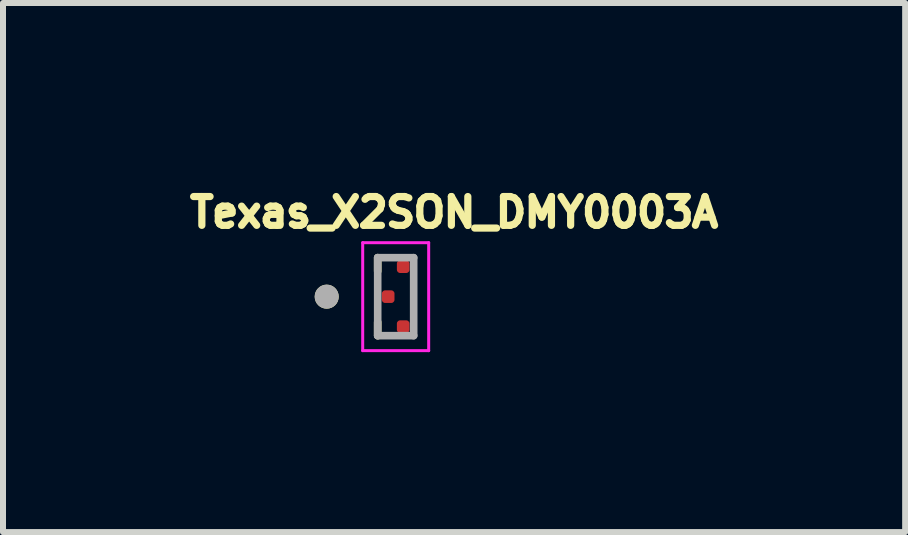
<source format=kicad_pcb>
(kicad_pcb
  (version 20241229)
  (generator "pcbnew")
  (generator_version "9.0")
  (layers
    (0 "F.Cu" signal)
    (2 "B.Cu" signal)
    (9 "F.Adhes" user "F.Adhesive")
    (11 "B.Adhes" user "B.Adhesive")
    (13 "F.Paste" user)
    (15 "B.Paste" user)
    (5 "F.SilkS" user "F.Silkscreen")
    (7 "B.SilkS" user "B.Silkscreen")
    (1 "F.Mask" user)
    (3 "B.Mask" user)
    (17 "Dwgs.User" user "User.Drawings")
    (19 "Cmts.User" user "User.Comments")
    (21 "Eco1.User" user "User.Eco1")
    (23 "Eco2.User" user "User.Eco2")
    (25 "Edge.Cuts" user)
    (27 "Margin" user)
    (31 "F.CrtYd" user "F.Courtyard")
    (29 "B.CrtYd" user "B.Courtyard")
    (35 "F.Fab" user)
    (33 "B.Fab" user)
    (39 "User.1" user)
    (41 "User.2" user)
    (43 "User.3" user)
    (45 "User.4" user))
  (footprint "Texas_X2SON_DMY0003A"
    (layer "F.Cu")
    (at 3.547 1.896)
    (property "Reference" "Texas_X2SON_DMY0003A" (at 0.974 -1.405 0) (layer "F.SilkS") (effects (font (size 0.48 0.48) (thickness 0.15))))
    (attr smd)
    (fp_poly (pts (xy -0.1 0.05) (xy -0.15 0.05) (xy -0.151 0.05) (xy -0.153 0.05) (xy -0.154 0.05) (xy -0.155 0.049) (xy -0.156 0.049) (xy -0.158 0.049) (xy -0.159 0.048) (xy -0.16 0.048) (xy -0.161 0.047) (xy -0.162 0.047) (xy -0.164 0.046) (xy -0.165 0.045) (xy -0.166 0.044) (xy -0.167 0.044) (xy -0.168 0.043) (xy -0.169 0.042) (xy -0.169 0.041) (xy -0.17 0.04) (xy -0.171 0.039) (xy -0.172 0.038) (xy -0.172 0.036) (xy -0.173 0.035) (xy -0.173 0.034) (xy -0.174 0.033) (xy -0.174 0.031) (xy -0.174 0.03) (xy -0.175 0.029) (xy -0.175 0.028) (xy -0.175 0.026) (xy -0.175 0.025) (xy -0.175 -0.025) (xy -0.175 -0.026) (xy -0.175 -0.028) (xy -0.175 -0.029) (xy -0.174 -0.03) (xy -0.174 -0.031) (xy -0.174 -0.033) (xy -0.173 -0.034) (xy -0.173 -0.035) (xy -0.172 -0.036) (xy -0.172 -0.038) (xy -0.171 -0.039) (xy -0.17 -0.04) (xy -0.169 -0.041) (xy -0.169 -0.042) (xy -0.168 -0.043) (xy -0.167 -0.044) (xy -0.166 -0.044) (xy -0.165 -0.045) (xy -0.164 -0.046) (xy -0.162 -0.047) (xy -0.161 -0.047) (xy -0.16 -0.048) (xy -0.159 -0.048) (xy -0.158 -0.049) (xy -0.156 -0.049) (xy -0.155 -0.049) (xy -0.154 -0.05) (xy -0.153 -0.05) (xy -0.151 -0.05) (xy -0.15 -0.05) (xy -0.1 -0.05) (xy -0.099 -0.05) (xy -0.097 -0.05) (xy -0.096 -0.05) (xy -0.095 -0.049) (xy -0.094 -0.049) (xy -0.092 -0.049) (xy -0.091 -0.048) (xy -0.09 -0.048) (xy -0.089 -0.047) (xy -0.087 -0.047) (xy -0.086 -0.046) (xy -0.085 -0.045) (xy -0.084 -0.044) (xy -0.083 -0.044) (xy -0.082 -0.043) (xy -0.081 -0.042) (xy -0.081 -0.041) (xy -0.08 -0.04) (xy -0.079 -0.039) (xy -0.078 -0.037) (xy -0.078 -0.036) (xy -0.077 -0.035) (xy -0.077 -0.034) (xy -0.076 -0.033) (xy -0.076 -0.031) (xy -0.076 -0.03) (xy -0.075 -0.029) (xy -0.075 -0.028) (xy -0.075 -0.026) (xy -0.075 -0.025) (xy -0.075 0.025) (xy -0.075 0.026) (xy -0.075 0.028) (xy -0.075 0.029) (xy -0.076 0.03) (xy -0.076 0.031) (xy -0.076 0.033) (xy -0.077 0.034) (xy -0.077 0.035) (xy -0.078 0.036) (xy -0.078 0.037) (xy -0.079 0.039) (xy -0.08 0.04) (xy -0.081 0.041) (xy -0.081 0.042) (xy -0.082 0.043) (xy -0.083 0.044) (xy -0.084 0.044) (xy -0.085 0.045) (xy -0.086 0.046) (xy -0.087 0.047) (xy -0.089 0.047) (xy -0.09 0.048) (xy -0.091 0.048) (xy -0.092 0.049) (xy -0.094 0.049) (xy -0.095 0.049) (xy -0.096 0.05) (xy -0.097 0.05) (xy -0.099 0.05) (xy -0.1 0.05)) (stroke (width 0.01) (type solid)) (fill yes) (layer "F.Mask"))
    (fp_poly (pts (xy 0.15 -0.45) (xy 0.1 -0.45) (xy 0.099 -0.45) (xy 0.097 -0.45) (xy 0.096 -0.45) (xy 0.095 -0.451) (xy 0.094 -0.451) (xy 0.092 -0.451) (xy 0.091 -0.452) (xy 0.09 -0.452) (xy 0.089 -0.453) (xy 0.087 -0.453) (xy 0.086 -0.454) (xy 0.085 -0.455) (xy 0.084 -0.456) (xy 0.083 -0.456) (xy 0.082 -0.457) (xy 0.081 -0.458) (xy 0.081 -0.459) (xy 0.08 -0.46) (xy 0.079 -0.461) (xy 0.078 -0.463) (xy 0.078 -0.464) (xy 0.077 -0.465) (xy 0.077 -0.466) (xy 0.076 -0.467) (xy 0.076 -0.469) (xy 0.076 -0.47) (xy 0.075 -0.471) (xy 0.075 -0.472) (xy 0.075 -0.474) (xy 0.075 -0.475) (xy 0.075 -0.525) (xy 0.075 -0.526) (xy 0.075 -0.528) (xy 0.075 -0.529) (xy 0.076 -0.53) (xy 0.076 -0.531) (xy 0.076 -0.533) (xy 0.077 -0.534) (xy 0.077 -0.535) (xy 0.078 -0.536) (xy 0.078 -0.538) (xy 0.079 -0.539) (xy 0.08 -0.54) (xy 0.081 -0.541) (xy 0.081 -0.542) (xy 0.082 -0.543) (xy 0.083 -0.544) (xy 0.084 -0.544) (xy 0.085 -0.545) (xy 0.086 -0.546) (xy 0.088 -0.547) (xy 0.089 -0.547) (xy 0.09 -0.548) (xy 0.091 -0.548) (xy 0.092 -0.549) (xy 0.094 -0.549) (xy 0.095 -0.549) (xy 0.096 -0.55) (xy 0.097 -0.55) (xy 0.099 -0.55) (xy 0.1 -0.55) (xy 0.15 -0.55) (xy 0.151 -0.55) (xy 0.153 -0.55) (xy 0.154 -0.55) (xy 0.155 -0.549) (xy 0.156 -0.549) (xy 0.158 -0.549) (xy 0.159 -0.548) (xy 0.16 -0.548) (xy 0.161 -0.547) (xy 0.162 -0.547) (xy 0.164 -0.546) (xy 0.165 -0.545) (xy 0.166 -0.544) (xy 0.167 -0.544) (xy 0.168 -0.543) (xy 0.169 -0.542) (xy 0.169 -0.541) (xy 0.17 -0.54) (xy 0.171 -0.539) (xy 0.172 -0.538) (xy 0.172 -0.536) (xy 0.173 -0.535) (xy 0.173 -0.534) (xy 0.174 -0.533) (xy 0.174 -0.531) (xy 0.174 -0.53) (xy 0.175 -0.529) (xy 0.175 -0.528) (xy 0.175 -0.526) (xy 0.175 -0.525) (xy 0.175 -0.475) (xy 0.175 -0.474) (xy 0.175 -0.472) (xy 0.175 -0.471) (xy 0.174 -0.47) (xy 0.174 -0.469) (xy 0.174 -0.467) (xy 0.173 -0.466) (xy 0.173 -0.465) (xy 0.172 -0.464) (xy 0.172 -0.463) (xy 0.171 -0.461) (xy 0.17 -0.46) (xy 0.169 -0.459) (xy 0.169 -0.458) (xy 0.168 -0.457) (xy 0.167 -0.456) (xy 0.166 -0.456) (xy 0.165 -0.455) (xy 0.164 -0.454) (xy 0.162 -0.453) (xy 0.161 -0.453) (xy 0.16 -0.452) (xy 0.159 -0.452) (xy 0.158 -0.451) (xy 0.156 -0.451) (xy 0.155 -0.451) (xy 0.154 -0.45) (xy 0.153 -0.45) (xy 0.151 -0.45) (xy 0.15 -0.45)) (stroke (width 0.01) (type solid)) (fill yes) (layer "F.Mask"))
    (fp_poly (pts (xy 0.15 0.55) (xy 0.1 0.55) (xy 0.099 0.55) (xy 0.097 0.55) (xy 0.096 0.55) (xy 0.095 0.549) (xy 0.094 0.549) (xy 0.092 0.549) (xy 0.091 0.548) (xy 0.09 0.548) (xy 0.089 0.547) (xy 0.087 0.547) (xy 0.086 0.546) (xy 0.085 0.545) (xy 0.084 0.544) (xy 0.083 0.544) (xy 0.082 0.543) (xy 0.081 0.542) (xy 0.081 0.541) (xy 0.08 0.54) (xy 0.079 0.539) (xy 0.078 0.538) (xy 0.078 0.536) (xy 0.077 0.535) (xy 0.077 0.534) (xy 0.076 0.533) (xy 0.076 0.531) (xy 0.076 0.53) (xy 0.075 0.529) (xy 0.075 0.528) (xy 0.075 0.526) (xy 0.075 0.525) (xy 0.075 0.475) (xy 0.075 0.474) (xy 0.075 0.472) (xy 0.075 0.471) (xy 0.076 0.47) (xy 0.076 0.469) (xy 0.076 0.467) (xy 0.077 0.466) (xy 0.077 0.465) (xy 0.078 0.464) (xy 0.078 0.463) (xy 0.079 0.461) (xy 0.08 0.46) (xy 0.081 0.459) (xy 0.081 0.458) (xy 0.082 0.457) (xy 0.083 0.456) (xy 0.084 0.456) (xy 0.085 0.455) (xy 0.086 0.454) (xy 0.087 0.453) (xy 0.089 0.453) (xy 0.09 0.452) (xy 0.091 0.452) (xy 0.092 0.451) (xy 0.094 0.451) (xy 0.095 0.451) (xy 0.096 0.45) (xy 0.097 0.45) (xy 0.099 0.45) (xy 0.1 0.45) (xy 0.15 0.45) (xy 0.151 0.45) (xy 0.153 0.45) (xy 0.154 0.45) (xy 0.155 0.451) (xy 0.156 0.451) (xy 0.158 0.451) (xy 0.159 0.452) (xy 0.16 0.452) (xy 0.161 0.453) (xy 0.162 0.453) (xy 0.164 0.454) (xy 0.165 0.455) (xy 0.166 0.456) (xy 0.167 0.456) (xy 0.168 0.457) (xy 0.169 0.458) (xy 0.169 0.459) (xy 0.17 0.46) (xy 0.171 0.461) (xy 0.172 0.463) (xy 0.172 0.464) (xy 0.173 0.465) (xy 0.173 0.466) (xy 0.174 0.467) (xy 0.174 0.469) (xy 0.174 0.47) (xy 0.175 0.471) (xy 0.175 0.472) (xy 0.175 0.474) (xy 0.175 0.475) (xy 0.175 0.525) (xy 0.175 0.526) (xy 0.175 0.528) (xy 0.175 0.529) (xy 0.174 0.53) (xy 0.174 0.531) (xy 0.174 0.533) (xy 0.173 0.534) (xy 0.173 0.535) (xy 0.172 0.536) (xy 0.172 0.538) (xy 0.171 0.539) (xy 0.17 0.54) (xy 0.169 0.541) (xy 0.169 0.542) (xy 0.168 0.543) (xy 0.167 0.544) (xy 0.166 0.544) (xy 0.165 0.545) (xy 0.164 0.546) (xy 0.162 0.547) (xy 0.161 0.547) (xy 0.16 0.548) (xy 0.159 0.548) (xy 0.158 0.549) (xy 0.156 0.549) (xy 0.155 0.549) (xy 0.154 0.55) (xy 0.153 0.55) (xy 0.151 0.55) (xy 0.15 0.55)) (stroke (width 0.01) (type solid)) (fill yes) (layer "F.Mask"))
    (fp_line (start -0.3 -0.425) (end -0.3 -0.65) (stroke (width 0.127) (type solid)) (layer "F.SilkS"))
    (fp_line (start -0.3 0.65) (end -0.3 0.425) (stroke (width 0.127) (type solid)) (layer "F.SilkS"))
    (fp_circle (center -1.15 0) (end -1.05 0) (stroke (width 0.2) (type solid)) (fill no) (layer "F.SilkS"))
    (fp_poly (pts (xy -0.07 0.105) (xy -0.18 0.105) (xy -0.183 0.105) (xy -0.185 0.105) (xy -0.188 0.104) (xy -0.19 0.104) (xy -0.193 0.103) (xy -0.195 0.103) (xy -0.198 0.102) (xy -0.2 0.101) (xy -0.203 0.1) (xy -0.205 0.098) (xy -0.207 0.097) (xy -0.209 0.095) (xy -0.211 0.094) (xy -0.213 0.092) (xy -0.215 0.09) (xy -0.217 0.088) (xy -0.219 0.086) (xy -0.22 0.084) (xy -0.222 0.082) (xy -0.223 0.08) (xy -0.225 0.078) (xy -0.226 0.075) (xy -0.227 0.073) (xy -0.228 0.07) (xy -0.228 0.068) (xy -0.229 0.065) (xy -0.229 0.063) (xy -0.23 0.06) (xy -0.23 0.058) (xy -0.23 0.055) (xy -0.23 -0.055) (xy -0.23 -0.058) (xy -0.23 -0.06) (xy -0.229 -0.063) (xy -0.229 -0.065) (xy -0.228 -0.068) (xy -0.228 -0.07) (xy -0.227 -0.073) (xy -0.226 -0.075) (xy -0.225 -0.078) (xy -0.223 -0.08) (xy -0.222 -0.082) (xy -0.22 -0.084) (xy -0.219 -0.086) (xy -0.217 -0.088) (xy -0.215 -0.09) (xy -0.213 -0.092) (xy -0.211 -0.094) (xy -0.209 -0.095) (xy -0.207 -0.097) (xy -0.205 -0.098) (xy -0.203 -0.1) (xy -0.2 -0.101) (xy -0.198 -0.102) (xy -0.195 -0.103) (xy -0.193 -0.103) (xy -0.19 -0.104) (xy -0.188 -0.104) (xy -0.185 -0.105) (xy -0.183 -0.105) (xy -0.18 -0.105) (xy -0.07 -0.105) (xy -0.067 -0.105) (xy -0.065 -0.105) (xy -0.062 -0.104) (xy -0.06 -0.104) (xy -0.057 -0.103) (xy -0.055 -0.103) (xy -0.052 -0.102) (xy -0.05 -0.101) (xy -0.047 -0.1) (xy -0.045 -0.098) (xy -0.043 -0.097) (xy -0.041 -0.095) (xy -0.039 -0.094) (xy -0.037 -0.092) (xy -0.035 -0.09) (xy -0.033 -0.088) (xy -0.031 -0.086) (xy -0.03 -0.084) (xy -0.028 -0.082) (xy -0.027 -0.08) (xy -0.025 -0.078) (xy -0.024 -0.075) (xy -0.023 -0.073) (xy -0.022 -0.07) (xy -0.022 -0.068) (xy -0.021 -0.065) (xy -0.021 -0.063) (xy -0.02 -0.06) (xy -0.02 -0.058) (xy -0.02 -0.055) (xy -0.02 0.055) (xy -0.02 0.058) (xy -0.02 0.06) (xy -0.021 0.063) (xy -0.021 0.065) (xy -0.022 0.068) (xy -0.022 0.07) (xy -0.023 0.073) (xy -0.024 0.075) (xy -0.025 0.078) (xy -0.027 0.08) (xy -0.028 0.082) (xy -0.03 0.084) (xy -0.031 0.086) (xy -0.033 0.088) (xy -0.035 0.09) (xy -0.037 0.092) (xy -0.039 0.094) (xy -0.041 0.095) (xy -0.043 0.097) (xy -0.045 0.098) (xy -0.047 0.1) (xy -0.05 0.101) (xy -0.052 0.102) (xy -0.055 0.103) (xy -0.057 0.103) (xy -0.06 0.104) (xy -0.062 0.104) (xy -0.065 0.105) (xy -0.067 0.105) (xy -0.07 0.105)) (stroke (width 0.01) (type solid)) (fill yes) (layer "F.Paste"))
    (fp_poly (pts (xy 0.18 -0.395) (xy 0.07 -0.395) (xy 0.067 -0.395) (xy 0.065 -0.395) (xy 0.062 -0.396) (xy 0.06 -0.396) (xy 0.057 -0.397) (xy 0.055 -0.397) (xy 0.052 -0.398) (xy 0.05 -0.399) (xy 0.047 -0.4) (xy 0.045 -0.402) (xy 0.043 -0.403) (xy 0.041 -0.405) (xy 0.039 -0.406) (xy 0.037 -0.408) (xy 0.035 -0.41) (xy 0.033 -0.412) (xy 0.031 -0.414) (xy 0.03 -0.416) (xy 0.028 -0.418) (xy 0.027 -0.42) (xy 0.025 -0.422) (xy 0.024 -0.425) (xy 0.023 -0.427) (xy 0.022 -0.43) (xy 0.022 -0.432) (xy 0.021 -0.435) (xy 0.021 -0.437) (xy 0.02 -0.44) (xy 0.02 -0.442) (xy 0.02 -0.445) (xy 0.02 -0.555) (xy 0.02 -0.558) (xy 0.02 -0.56) (xy 0.021 -0.563) (xy 0.021 -0.565) (xy 0.022 -0.568) (xy 0.022 -0.57) (xy 0.023 -0.573) (xy 0.024 -0.575) (xy 0.025 -0.578) (xy 0.027 -0.58) (xy 0.028 -0.582) (xy 0.03 -0.584) (xy 0.031 -0.586) (xy 0.033 -0.588) (xy 0.035 -0.59) (xy 0.037 -0.592) (xy 0.039 -0.594) (xy 0.041 -0.595) (xy 0.043 -0.597) (xy 0.045 -0.598) (xy 0.047 -0.6) (xy 0.05 -0.601) (xy 0.052 -0.602) (xy 0.055 -0.603) (xy 0.057 -0.603) (xy 0.06 -0.604) (xy 0.062 -0.604) (xy 0.065 -0.605) (xy 0.067 -0.605) (xy 0.07 -0.605) (xy 0.18 -0.605) (xy 0.183 -0.605) (xy 0.185 -0.605) (xy 0.188 -0.604) (xy 0.19 -0.604) (xy 0.193 -0.603) (xy 0.195 -0.603) (xy 0.198 -0.602) (xy 0.2 -0.601) (xy 0.203 -0.6) (xy 0.205 -0.598) (xy 0.207 -0.597) (xy 0.209 -0.595) (xy 0.211 -0.594) (xy 0.213 -0.592) (xy 0.215 -0.59) (xy 0.217 -0.588) (xy 0.219 -0.586) (xy 0.22 -0.584) (xy 0.222 -0.582) (xy 0.223 -0.58) (xy 0.225 -0.578) (xy 0.226 -0.575) (xy 0.227 -0.573) (xy 0.228 -0.57) (xy 0.228 -0.568) (xy 0.229 -0.565) (xy 0.229 -0.563) (xy 0.23 -0.56) (xy 0.23 -0.558) (xy 0.23 -0.555) (xy 0.23 -0.445) (xy 0.23 -0.442) (xy 0.23 -0.44) (xy 0.229 -0.437) (xy 0.229 -0.435) (xy 0.228 -0.432) (xy 0.228 -0.43) (xy 0.227 -0.427) (xy 0.226 -0.425) (xy 0.225 -0.422) (xy 0.223 -0.42) (xy 0.222 -0.418) (xy 0.22 -0.416) (xy 0.219 -0.414) (xy 0.217 -0.412) (xy 0.215 -0.41) (xy 0.213 -0.408) (xy 0.211 -0.406) (xy 0.209 -0.405) (xy 0.207 -0.403) (xy 0.205 -0.402) (xy 0.203 -0.4) (xy 0.2 -0.399) (xy 0.198 -0.398) (xy 0.195 -0.397) (xy 0.193 -0.397) (xy 0.19 -0.396) (xy 0.188 -0.396) (xy 0.185 -0.395) (xy 0.183 -0.395) (xy 0.18 -0.395)) (stroke (width 0.01) (type solid)) (fill yes) (layer "F.Paste"))
    (fp_poly (pts (xy 0.18 0.605) (xy 0.07 0.605) (xy 0.067 0.605) (xy 0.065 0.605) (xy 0.062 0.604) (xy 0.06 0.604) (xy 0.057 0.603) (xy 0.055 0.603) (xy 0.052 0.602) (xy 0.05 0.601) (xy 0.047 0.6) (xy 0.045 0.598) (xy 0.043 0.597) (xy 0.041 0.595) (xy 0.039 0.594) (xy 0.037 0.592) (xy 0.035 0.59) (xy 0.033 0.588) (xy 0.031 0.586) (xy 0.03 0.584) (xy 0.028 0.582) (xy 0.027 0.58) (xy 0.025 0.578) (xy 0.024 0.575) (xy 0.023 0.573) (xy 0.022 0.57) (xy 0.022 0.568) (xy 0.021 0.565) (xy 0.021 0.563) (xy 0.02 0.56) (xy 0.02 0.558) (xy 0.02 0.555) (xy 0.02 0.445) (xy 0.02 0.442) (xy 0.02 0.44) (xy 0.021 0.437) (xy 0.021 0.435) (xy 0.022 0.432) (xy 0.022 0.43) (xy 0.023 0.427) (xy 0.024 0.425) (xy 0.025 0.422) (xy 0.027 0.42) (xy 0.028 0.418) (xy 0.03 0.416) (xy 0.031 0.414) (xy 0.033 0.412) (xy 0.035 0.41) (xy 0.037 0.408) (xy 0.039 0.406) (xy 0.041 0.405) (xy 0.043 0.403) (xy 0.045 0.402) (xy 0.047 0.4) (xy 0.05 0.399) (xy 0.052 0.398) (xy 0.055 0.397) (xy 0.057 0.397) (xy 0.06 0.396) (xy 0.062 0.396) (xy 0.065 0.395) (xy 0.067 0.395) (xy 0.07 0.395) (xy 0.18 0.395) (xy 0.183 0.395) (xy 0.185 0.395) (xy 0.188 0.396) (xy 0.19 0.396) (xy 0.193 0.397) (xy 0.195 0.397) (xy 0.198 0.398) (xy 0.2 0.399) (xy 0.203 0.4) (xy 0.205 0.402) (xy 0.207 0.403) (xy 0.209 0.405) (xy 0.211 0.406) (xy 0.213 0.408) (xy 0.215 0.41) (xy 0.217 0.412) (xy 0.219 0.414) (xy 0.22 0.416) (xy 0.222 0.418) (xy 0.223 0.42) (xy 0.225 0.422) (xy 0.226 0.425) (xy 0.227 0.427) (xy 0.228 0.43) (xy 0.228 0.432) (xy 0.229 0.435) (xy 0.229 0.437) (xy 0.23 0.44) (xy 0.23 0.442) (xy 0.23 0.445) (xy 0.23 0.555) (xy 0.23 0.558) (xy 0.23 0.56) (xy 0.229 0.563) (xy 0.229 0.565) (xy 0.228 0.568) (xy 0.228 0.57) (xy 0.227 0.573) (xy 0.226 0.575) (xy 0.225 0.578) (xy 0.223 0.58) (xy 0.222 0.582) (xy 0.22 0.584) (xy 0.219 0.586) (xy 0.217 0.588) (xy 0.215 0.59) (xy 0.213 0.592) (xy 0.211 0.594) (xy 0.209 0.595) (xy 0.207 0.597) (xy 0.205 0.598) (xy 0.203 0.6) (xy 0.2 0.601) (xy 0.198 0.602) (xy 0.195 0.603) (xy 0.193 0.603) (xy 0.19 0.604) (xy 0.188 0.604) (xy 0.185 0.605) (xy 0.183 0.605) (xy 0.18 0.605)) (stroke (width 0.01) (type solid)) (fill yes) (layer "F.Paste"))
    (fp_line (start -0.55 -0.9) (end -0.55 0.9) (stroke (width 0.05) (type solid)) (layer "F.CrtYd"))
    (fp_line (start -0.55 0.9) (end 0.55 0.9) (stroke (width 0.05) (type solid)) (layer "F.CrtYd"))
    (fp_line (start 0.55 -0.9) (end -0.55 -0.9) (stroke (width 0.05) (type solid)) (layer "F.CrtYd"))
    (fp_line (start 0.55 0.9) (end 0.55 -0.9) (stroke (width 0.05) (type solid)) (layer "F.CrtYd"))
    (fp_line (start -0.3 -0.65) (end 0.3 -0.65) (stroke (width 0.127) (type solid)) (layer "F.Fab"))
    (fp_line (start -0.3 0.65) (end -0.3 -0.65) (stroke (width 0.127) (type solid)) (layer "F.Fab"))
    (fp_line (start -0.3 0.65) (end 0.3 0.65) (stroke (width 0.127) (type solid)) (layer "F.Fab"))
    (fp_line (start 0.3 0.65) (end 0.3 -0.65) (stroke (width 0.127) (type solid)) (layer "F.Fab"))
    (fp_circle (center -1.15 0) (end -1.05 0) (stroke (width 0.2) (type solid)) (fill no) (layer "F.Fab"))
    (pad "1" smd custom (at -0.125 0) (size 0.05 0.05) (layers "F.Cu") (options (anchor rect)) (primitives (gr_poly (pts (xy 0.1 -0.05) (xy 0.1 0.05) (xy 0.1 0.053) (xy 0.1 0.055) (xy 0.099 0.058) (xy 0.099 0.06) (xy 0.098 0.063) (xy 0.098 0.065) (xy 0.097 0.068) (xy 0.096 0.07) (xy 0.095 0.073) (xy 0.093 0.075) (xy 0.092 0.077) (xy 0.09 0.079) (xy 0.089 0.081) (xy 0.087 0.083) (xy 0.085 0.085) (xy 0.083 0.087) (xy 0.081 0.089) (xy 0.079 0.09) (xy 0.077 0.092) (xy 0.075 0.093) (xy 0.073 0.095) (xy 0.07 0.096) (xy 0.068 0.097) (xy 0.065 0.098) (xy 0.063 0.098) (xy 0.06 0.099) (xy 0.058 0.099) (xy 0.055 0.1) (xy 0.053 0.1) (xy 0.05 0.1) (xy -0.05 0.1) (xy -0.053 0.1) (xy -0.055 0.1) (xy -0.058 0.099) (xy -0.06 0.099) (xy -0.063 0.098) (xy -0.065 0.098) (xy -0.068 0.097) (xy -0.07 0.096) (xy -0.073 0.095) (xy -0.075 0.093) (xy -0.077 0.092) (xy -0.079 0.09) (xy -0.081 0.089) (xy -0.083 0.087) (xy -0.085 0.085) (xy -0.087 0.083) (xy -0.089 0.081) (xy -0.09 0.079) (xy -0.092 0.077) (xy -0.093 0.075) (xy -0.095 0.073) (xy -0.096 0.07) (xy -0.097 0.068) (xy -0.098 0.065) (xy -0.098 0.063) (xy -0.099 0.06) (xy -0.099 0.058) (xy -0.1 0.055) (xy -0.1 0.053) (xy -0.1 0.05) (xy -0.1 -0.05) (xy -0.1 -0.053) (xy -0.1 -0.055) (xy -0.099 -0.058) (xy -0.099 -0.06) (xy -0.098 -0.063) (xy -0.098 -0.065) (xy -0.097 -0.068) (xy -0.096 -0.07) (xy -0.095 -0.073) (xy -0.093 -0.075) (xy -0.092 -0.077) (xy -0.09 -0.079) (xy -0.089 -0.081) (xy -0.087 -0.083) (xy -0.085 -0.085) (xy -0.083 -0.087) (xy -0.081 -0.089) (xy -0.079 -0.09) (xy -0.077 -0.092) (xy -0.075 -0.093) (xy -0.073 -0.095) (xy -0.07 -0.096) (xy -0.068 -0.097) (xy -0.065 -0.098) (xy -0.063 -0.098) (xy -0.06 -0.099) (xy -0.058 -0.099) (xy -0.055 -0.1) (xy -0.053 -0.1) (xy -0.05 -0.1) (xy 0.05 -0.1) (xy 0.053 -0.1) (xy 0.055 -0.1) (xy 0.058 -0.099) (xy 0.06 -0.099) (xy 0.063 -0.098) (xy 0.065 -0.098) (xy 0.068 -0.097) (xy 0.07 -0.096) (xy 0.073 -0.095) (xy 0.075 -0.093) (xy 0.077 -0.092) (xy 0.079 -0.09) (xy 0.081 -0.089) (xy 0.083 -0.087) (xy 0.085 -0.085) (xy 0.087 -0.083) (xy 0.089 -0.081) (xy 0.09 -0.079) (xy 0.092 -0.077) (xy 0.093 -0.075) (xy 0.095 -0.073) (xy 0.096 -0.07) (xy 0.097 -0.068) (xy 0.098 -0.065) (xy 0.098 -0.063) (xy 0.099 -0.06) (xy 0.099 -0.058) (xy 0.1 -0.055) (xy 0.1 -0.053) (xy 0.1 -0.05)) (width 0.01) (fill yes))))
    (pad "2" smd custom (at 0.125 0.5) (size 0.05 0.05) (layers "F.Cu") (options (anchor rect)) (primitives (gr_poly (pts (xy 0.1 -0.05) (xy 0.1 0.05) (xy 0.1 0.053) (xy 0.1 0.055) (xy 0.099 0.058) (xy 0.099 0.06) (xy 0.098 0.063) (xy 0.098 0.065) (xy 0.097 0.068) (xy 0.096 0.07) (xy 0.095 0.073) (xy 0.093 0.075) (xy 0.092 0.077) (xy 0.09 0.079) (xy 0.089 0.081) (xy 0.087 0.083) (xy 0.085 0.085) (xy 0.083 0.087) (xy 0.081 0.089) (xy 0.079 0.09) (xy 0.077 0.092) (xy 0.075 0.093) (xy 0.073 0.095) (xy 0.07 0.096) (xy 0.068 0.097) (xy 0.065 0.098) (xy 0.063 0.098) (xy 0.06 0.099) (xy 0.058 0.099) (xy 0.055 0.1) (xy 0.053 0.1) (xy 0.05 0.1) (xy -0.05 0.1) (xy -0.053 0.1) (xy -0.055 0.1) (xy -0.058 0.099) (xy -0.06 0.099) (xy -0.063 0.098) (xy -0.065 0.098) (xy -0.068 0.097) (xy -0.07 0.096) (xy -0.073 0.095) (xy -0.075 0.093) (xy -0.077 0.092) (xy -0.079 0.09) (xy -0.081 0.089) (xy -0.083 0.087) (xy -0.085 0.085) (xy -0.087 0.083) (xy -0.089 0.081) (xy -0.09 0.079) (xy -0.092 0.077) (xy -0.093 0.075) (xy -0.095 0.073) (xy -0.096 0.07) (xy -0.097 0.068) (xy -0.098 0.065) (xy -0.098 0.063) (xy -0.099 0.06) (xy -0.099 0.058) (xy -0.1 0.055) (xy -0.1 0.053) (xy -0.1 0.05) (xy -0.1 -0.05) (xy -0.1 -0.053) (xy -0.1 -0.055) (xy -0.099 -0.058) (xy -0.099 -0.06) (xy -0.098 -0.063) (xy -0.098 -0.065) (xy -0.097 -0.068) (xy -0.096 -0.07) (xy -0.095 -0.073) (xy -0.093 -0.075) (xy -0.092 -0.077) (xy -0.09 -0.079) (xy -0.089 -0.081) (xy -0.087 -0.083) (xy -0.085 -0.085) (xy -0.083 -0.087) (xy -0.081 -0.089) (xy -0.079 -0.09) (xy -0.077 -0.092) (xy -0.075 -0.093) (xy -0.073 -0.095) (xy -0.07 -0.096) (xy -0.068 -0.097) (xy -0.065 -0.098) (xy -0.063 -0.098) (xy -0.06 -0.099) (xy -0.058 -0.099) (xy -0.055 -0.1) (xy -0.053 -0.1) (xy -0.05 -0.1) (xy 0.05 -0.1) (xy 0.053 -0.1) (xy 0.055 -0.1) (xy 0.058 -0.099) (xy 0.06 -0.099) (xy 0.063 -0.098) (xy 0.065 -0.098) (xy 0.068 -0.097) (xy 0.07 -0.096) (xy 0.073 -0.095) (xy 0.075 -0.093) (xy 0.077 -0.092) (xy 0.079 -0.09) (xy 0.081 -0.089) (xy 0.083 -0.087) (xy 0.085 -0.085) (xy 0.087 -0.083) (xy 0.089 -0.081) (xy 0.09 -0.079) (xy 0.092 -0.077) (xy 0.093 -0.075) (xy 0.095 -0.073) (xy 0.096 -0.07) (xy 0.097 -0.068) (xy 0.098 -0.065) (xy 0.098 -0.063) (xy 0.099 -0.06) (xy 0.099 -0.058) (xy 0.1 -0.055) (xy 0.1 -0.053) (xy 0.1 -0.05)) (width 0.01) (fill yes))))
    (pad "3" smd custom (at 0.125 -0.5) (size 0.05 0.05) (layers "F.Cu") (options (anchor rect)) (primitives (gr_poly (pts (xy 0.1 -0.05) (xy 0.1 0.05) (xy 0.1 0.053) (xy 0.1 0.055) (xy 0.099 0.058) (xy 0.099 0.06) (xy 0.098 0.063) (xy 0.098 0.065) (xy 0.097 0.068) (xy 0.096 0.07) (xy 0.095 0.073) (xy 0.093 0.075) (xy 0.092 0.077) (xy 0.09 0.079) (xy 0.089 0.081) (xy 0.087 0.083) (xy 0.085 0.085) (xy 0.083 0.087) (xy 0.081 0.089) (xy 0.079 0.09) (xy 0.077 0.092) (xy 0.075 0.093) (xy 0.073 0.095) (xy 0.07 0.096) (xy 0.068 0.097) (xy 0.065 0.098) (xy 0.063 0.098) (xy 0.06 0.099) (xy 0.058 0.099) (xy 0.055 0.1) (xy 0.053 0.1) (xy 0.05 0.1) (xy -0.05 0.1) (xy -0.053 0.1) (xy -0.055 0.1) (xy -0.058 0.099) (xy -0.06 0.099) (xy -0.063 0.098) (xy -0.065 0.098) (xy -0.068 0.097) (xy -0.07 0.096) (xy -0.073 0.095) (xy -0.075 0.093) (xy -0.077 0.092) (xy -0.079 0.09) (xy -0.081 0.089) (xy -0.083 0.087) (xy -0.085 0.085) (xy -0.087 0.083) (xy -0.089 0.081) (xy -0.09 0.079) (xy -0.092 0.077) (xy -0.093 0.075) (xy -0.095 0.073) (xy -0.096 0.07) (xy -0.097 0.068) (xy -0.098 0.065) (xy -0.098 0.063) (xy -0.099 0.06) (xy -0.099 0.058) (xy -0.1 0.055) (xy -0.1 0.053) (xy -0.1 0.05) (xy -0.1 -0.05) (xy -0.1 -0.053) (xy -0.1 -0.055) (xy -0.099 -0.058) (xy -0.099 -0.06) (xy -0.098 -0.063) (xy -0.098 -0.065) (xy -0.097 -0.068) (xy -0.096 -0.07) (xy -0.095 -0.073) (xy -0.093 -0.075) (xy -0.092 -0.077) (xy -0.09 -0.079) (xy -0.089 -0.081) (xy -0.087 -0.083) (xy -0.085 -0.085) (xy -0.083 -0.087) (xy -0.081 -0.089) (xy -0.079 -0.09) (xy -0.077 -0.092) (xy -0.075 -0.093) (xy -0.073 -0.095) (xy -0.07 -0.096) (xy -0.068 -0.097) (xy -0.065 -0.098) (xy -0.063 -0.098) (xy -0.06 -0.099) (xy -0.058 -0.099) (xy -0.055 -0.1) (xy -0.053 -0.1) (xy -0.05 -0.1) (xy 0.05 -0.1) (xy 0.053 -0.1) (xy 0.055 -0.1) (xy 0.058 -0.099) (xy 0.06 -0.099) (xy 0.063 -0.098) (xy 0.065 -0.098) (xy 0.068 -0.097) (xy 0.07 -0.096) (xy 0.073 -0.095) (xy 0.075 -0.093) (xy 0.077 -0.092) (xy 0.079 -0.09) (xy 0.081 -0.089) (xy 0.083 -0.087) (xy 0.085 -0.085) (xy 0.087 -0.083) (xy 0.089 -0.081) (xy 0.09 -0.079) (xy 0.092 -0.077) (xy 0.093 -0.075) (xy 0.095 -0.073) (xy 0.096 -0.07) (xy 0.097 -0.068) (xy 0.098 -0.065) (xy 0.098 -0.063) (xy 0.099 -0.06) (xy 0.099 -0.058) (xy 0.1 -0.055) (xy 0.1 -0.053) (xy 0.1 -0.05)) (width 0.01) (fill yes)))))
  (gr_rect
    (start -3 -3)
    (end 12.041 5.821)
    (stroke (width 0.1) (type default))
    (fill no)
    (layer "Edge.Cuts")))
</source>
